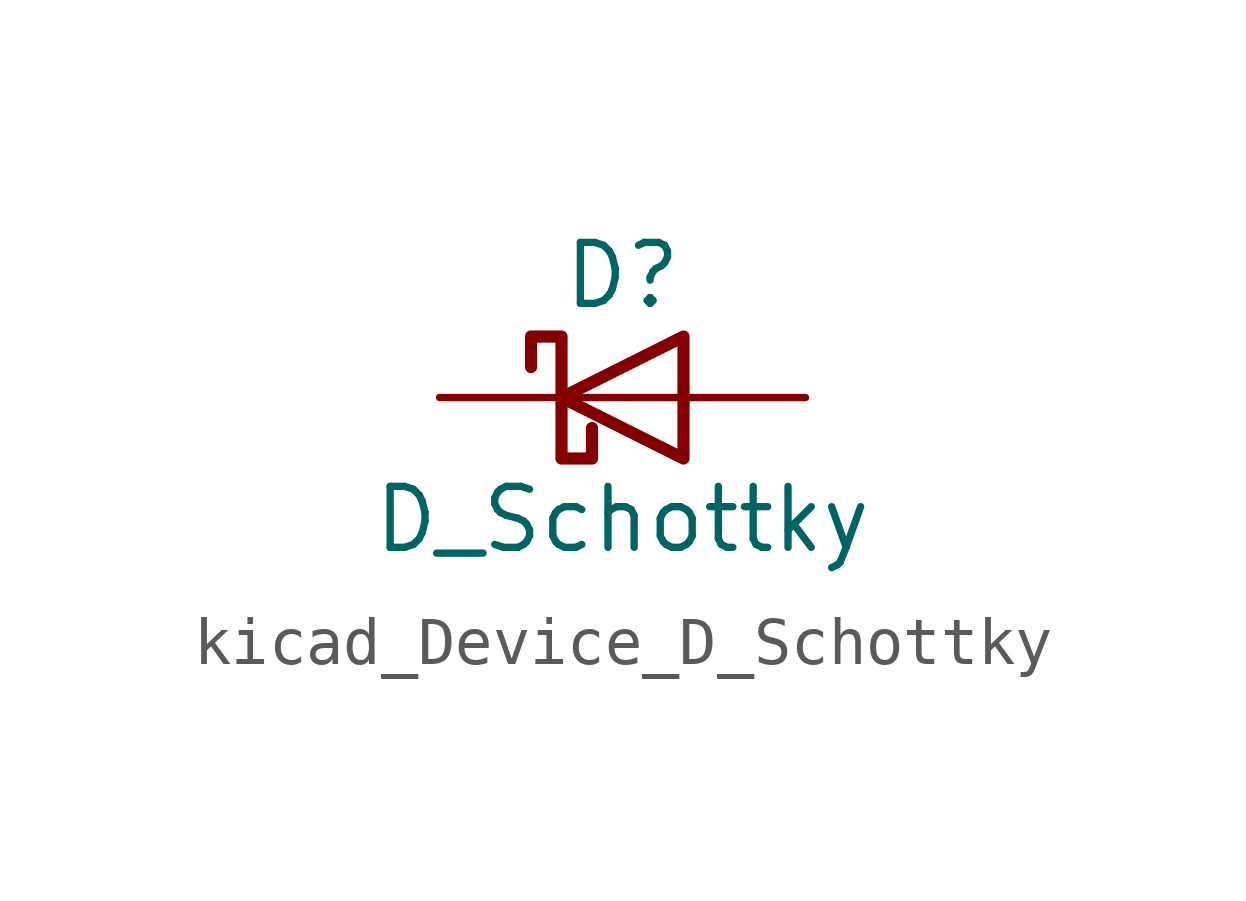
<source format=kicad_sym>
(kicad_symbol_lib
  (version 20220914)
  (generator kicad_symbol_editor)
  (symbol "kicad_Device_D_Schottky"
    (pin_numbers hide)
    (pin_names
      (offset 1.016) hide)
    (property "Reference" "D"
      (at 0 2.54 0)
      (effects (font (size 1.27 1.27))))
    (property "Value" "D_Schottky"
      (at 0 -2.54 0)
      (effects (font (size 1.27 1.27))))
    (symbol "kicad_Device_D_Schottky_0_1"
      (polyline (pts (xy 1.27 0) (xy -1.27 0)) (stroke (width 0) (type default)) (fill (type none)))
      (polyline (pts (xy 1.27 1.27) (xy 1.27 -1.27) (xy -1.27 0) (xy 1.27 1.27)) (stroke (width 0.254) (type default)) (fill (type none)))
      (polyline (pts (xy -1.905 0.635) (xy -1.905 1.27) (xy -1.27 1.27) (xy -1.27 -1.27) (xy -0.635 -1.27) (xy -0.635 -0.635)) (stroke (width 0.254) (type default)) (fill (type none))))
    (symbol "kicad_Device_D_Schottky_1_1"
      (pin passive line (at -3.81 0 0) (length 2.54) (name "K" (effects (font (size 1.27 1.27)))) (number "1" (effects (font (size 1.27 1.27)))))
      (pin passive line (at 3.81 0 180) (length 2.54) (name "A" (effects (font (size 1.27 1.27)))) (number "2" (effects (font (size 1.27 1.27))))))))
</source>
